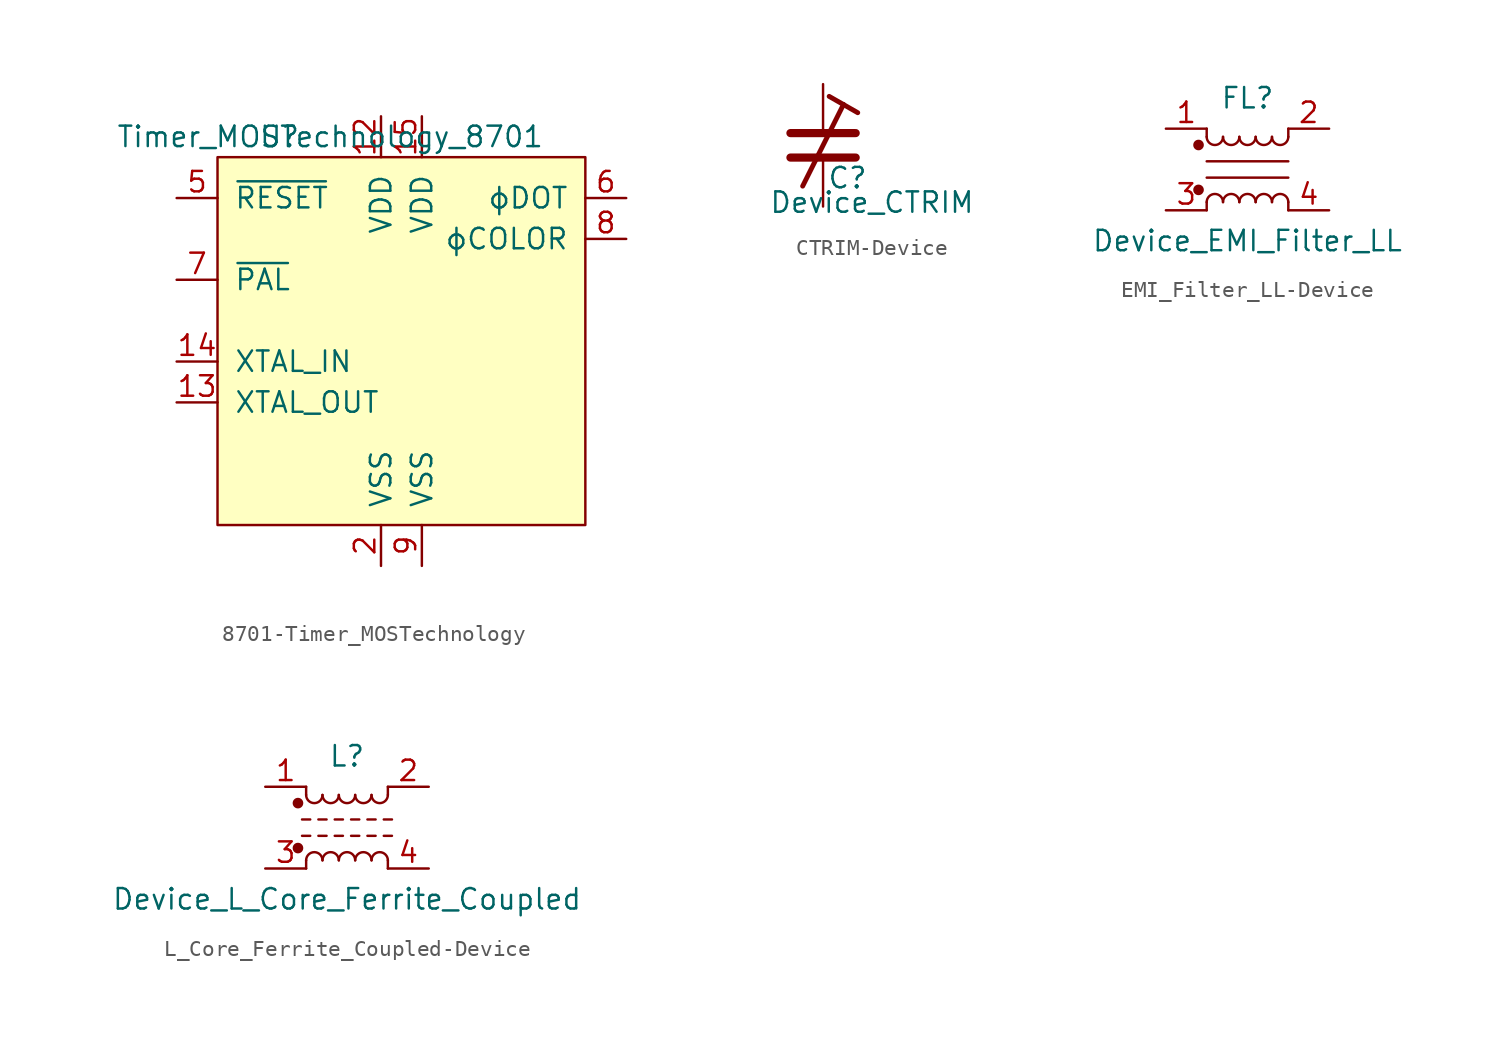
<source format=kicad_sym>
(kicad_symbol_lib
  (version 20231120)
  (generator "kicad_symbol_editor")
  (generator_version "8.0")
  (symbol "8701-Timer_MOSTechnology"
    (pin_names
      (offset 1.016))
    (property "Reference" "U"
      (at -8.89 12.7 0)
      (effects (font (size 1.27 1.27)) (justify left)))
    (property "Value" "Timer_MOSTechnology_8701"
      (at 8.89 12.7 0)
      (effects (font (size 1.27 1.27)) (justify right)))
    (symbol "8701-Timer_MOSTechnology_0_1"
      (rectangle (start 11.43 11.43) (end -11.43 -11.43) (stroke (width 0) (type solid)) (fill (type background))))
    (symbol "8701-Timer_MOSTechnology_1_1"
      (pin no_connect line (at 13.97 3.81 180) (length 2.54) hide (name "NC" (effects (font (size 1.27 1.27)))) (number "1" (effects (font (size 1.27 1.27)))))
      (pin no_connect line (at 13.97 -3.81 180) (length 2.54) hide (name "NC" (effects (font (size 1.27 1.27)))) (number "10" (effects (font (size 1.27 1.27)))))
      (pin no_connect line (at 13.97 -6.35 180) (length 2.54) hide (name "NC" (effects (font (size 1.27 1.27)))) (number "11" (effects (font (size 1.27 1.27)))))
      (pin power_in line (at -1.27 13.97 270) (length 2.54) (name "VDD" (effects (font (size 1.27 1.27)))) (number "12" (effects (font (size 1.27 1.27)))))
      (pin passive line (at -13.97 -3.81 0) (length 2.54) (name "XTAL_OUT" (effects (font (size 1.27 1.27)))) (number "13" (effects (font (size 1.27 1.27)))))
      (pin passive line (at -13.97 -1.27 0) (length 2.54) (name "XTAL_IN" (effects (font (size 1.27 1.27)))) (number "14" (effects (font (size 1.27 1.27)))))
      (pin power_in line (at 1.27 13.97 270) (length 2.54) (name "VDD" (effects (font (size 1.27 1.27)))) (number "15" (effects (font (size 1.27 1.27)))))
      (pin no_connect line (at 13.97 -8.89 180) (length 2.54) hide (name "NC" (effects (font (size 1.27 1.27)))) (number "16" (effects (font (size 1.27 1.27)))))
      (pin power_in line (at -1.27 -13.97 90) (length 2.54) (name "VSS" (effects (font (size 1.27 1.27)))) (number "2" (effects (font (size 1.27 1.27)))))
      (pin no_connect line (at 13.97 1.27 180) (length 2.54) hide (name "NC" (effects (font (size 1.27 1.27)))) (number "3" (effects (font (size 1.27 1.27)))))
      (pin no_connect line (at 13.97 -1.27 180) (length 2.54) hide (name "NC" (effects (font (size 1.27 1.27)))) (number "4" (effects (font (size 1.27 1.27)))))
      (pin input line (at -13.97 8.89 0) (length 2.54) (name "~{RESET}" (effects (font (size 1.27 1.27)))) (number "5" (effects (font (size 1.27 1.27)))))
      (pin output line (at 13.97 8.89 180) (length 2.54) (name "ϕDOT" (effects (font (size 1.27 1.27)))) (number "6" (effects (font (size 1.27 1.27)))))
      (pin input line (at -13.97 3.81 0) (length 2.54) (name "~{PAL}" (effects (font (size 1.27 1.27)))) (number "7" (effects (font (size 1.27 1.27)))))
      (pin output line (at 13.97 6.35 180) (length 2.54) (name "ϕCOLOR" (effects (font (size 1.27 1.27)))) (number "8" (effects (font (size 1.27 1.27)))))
      (pin power_in line (at 1.27 -13.97 90) (length 2.54) (name "VSS" (effects (font (size 1.27 1.27)))) (number "9" (effects (font (size 1.27 1.27)))))))
  (symbol "CTRIM-Device"
    (pin_numbers hide)
    (pin_names
      (offset 0.254) hide)
    (property "Reference" "C"
      (at 1.524 -2.032 0)
      (effects (font (size 1.27 1.27))))
    (property "Value" "Device_CTRIM"
      (at 3.048 -3.556 0)
      (effects (font (size 1.27 1.27))))
    (symbol "CTRIM-Device_0_1"
      (polyline (pts (xy -2.032 -0.762) (xy 2.032 -0.762)) (stroke (width 0.508) (type solid)) (fill (type none)))
      (polyline (pts (xy -2.032 0.762) (xy 2.032 0.762)) (stroke (width 0.508) (type solid)) (fill (type none)))
      (polyline (pts (xy 1.27 2.54) (xy -1.27 -2.54)) (stroke (width 0.305) (type solid)) (fill (type none)))
      (polyline (pts (xy 1.27 2.54) (xy 0.381 3.048)) (stroke (width 0.305) (type solid)) (fill (type none)))
      (polyline (pts (xy 1.27 2.54) (xy 2.159 2.032)) (stroke (width 0.305) (type solid)) (fill (type none))))
    (symbol "CTRIM-Device_1_1"
      (pin passive line (at 0 3.81 270) (length 3.048) (name "~" (effects (font (size 1.27 1.27)))) (number "1" (effects (font (size 1.27 1.27)))))
      (pin passive line (at 0 -3.81 90) (length 3.048) (name "~" (effects (font (size 1.27 1.27)))) (number "2" (effects (font (size 1.27 1.27)))))))
  (symbol "EMI_Filter_LL-Device"
    (pin_names
      (offset 0.254) hide)
    (property "Reference" "FL"
      (at 0 4.445 0)
      (effects (font (size 1.27 1.27))))
    (property "Value" "Device_EMI_Filter_LL"
      (at 0 -4.445 0)
      (effects (font (size 1.27 1.27))))
    (symbol "EMI_Filter_LL-Device_0_1"
      (circle (center -3.048 -1.27) (radius 0.254) (stroke (width 0) (type solid)) (fill (type outline)))
      (circle (center -3.048 1.524) (radius 0.254) (stroke (width 0) (type solid)) (fill (type outline)))
      (arc (start -2.54 2.032) (mid -2.032 1.524) (end -1.524 2.032) (stroke (width 0) (type solid)) (fill (type none)))
      (arc (start -1.524 -2.032) (mid -2.032 -1.524) (end -2.54 -2.032) (stroke (width 0) (type solid)) (fill (type none)))
      (arc (start -1.524 2.032) (mid -1.016 1.524) (end -0.508 2.032) (stroke (width 0) (type solid)) (fill (type none)))
      (arc (start -0.508 -2.032) (mid -1.016 -1.524) (end -1.524 -2.032) (stroke (width 0) (type solid)) (fill (type none)))
      (arc (start -0.508 2.032) (mid 0 1.524) (end 0.508 2.032) (stroke (width 0) (type solid)) (fill (type none)))
      (polyline (pts (xy -2.54 -2.032) (xy -2.54 -2.54)) (stroke (width 0) (type solid)) (fill (type none)))
      (polyline (pts (xy -2.54 0.508) (xy 2.54 0.508)) (stroke (width 0) (type solid)) (fill (type none)))
      (polyline (pts (xy -2.54 2.032) (xy -2.54 2.54)) (stroke (width 0) (type solid)) (fill (type none)))
      (polyline (pts (xy 2.54 -2.032) (xy 2.54 -2.54)) (stroke (width 0) (type solid)) (fill (type none)))
      (polyline (pts (xy 2.54 -0.508) (xy -2.54 -0.508)) (stroke (width 0) (type solid)) (fill (type none)))
      (polyline (pts (xy 2.54 2.54) (xy 2.54 2.032)) (stroke (width 0) (type solid)) (fill (type none)))
      (arc (start 0.508 -2.032) (mid 0 -1.524) (end -0.508 -2.032) (stroke (width 0) (type solid)) (fill (type none)))
      (arc (start 0.508 2.032) (mid 1.016 1.524) (end 1.524 2.032) (stroke (width 0) (type solid)) (fill (type none)))
      (arc (start 1.524 -2.032) (mid 1.016 -1.524) (end 0.508 -2.032) (stroke (width 0) (type solid)) (fill (type none)))
      (arc (start 1.524 2.032) (mid 2.032 1.524) (end 2.54 2.032) (stroke (width 0) (type solid)) (fill (type none)))
      (arc (start 2.54 -2.032) (mid 2.032 -1.524) (end 1.524 -2.032) (stroke (width 0) (type solid)) (fill (type none))))
    (symbol "EMI_Filter_LL-Device_1_1"
      (pin passive line (at -5.08 2.54 0) (length 2.54) (name "1" (effects (font (size 1.27 1.27)))) (number "1" (effects (font (size 1.27 1.27)))))
      (pin passive line (at 5.08 2.54 180) (length 2.54) (name "2" (effects (font (size 1.27 1.27)))) (number "2" (effects (font (size 1.27 1.27)))))
      (pin passive line (at -5.08 -2.54 0) (length 2.54) (name "3" (effects (font (size 1.27 1.27)))) (number "3" (effects (font (size 1.27 1.27)))))
      (pin passive line (at 5.08 -2.54 180) (length 2.54) (name "4" (effects (font (size 1.27 1.27)))) (number "4" (effects (font (size 1.27 1.27)))))))
  (symbol "L_Core_Ferrite_Coupled-Device"
    (pin_names
      (offset 0.254) hide)
    (property "Reference" "L"
      (at 0 4.445 0)
      (effects (font (size 1.27 1.27))))
    (property "Value" "Device_L_Core_Ferrite_Coupled"
      (at 0 -4.445 0)
      (effects (font (size 1.27 1.27))))
    (symbol "L_Core_Ferrite_Coupled-Device_0_1"
      (circle (center -3.048 -1.27) (radius 0.254) (stroke (width 0) (type solid)) (fill (type outline)))
      (circle (center -3.048 1.524) (radius 0.254) (stroke (width 0) (type solid)) (fill (type outline)))
      (arc (start -2.54 2.032) (mid -2.032 1.524) (end -1.524 2.032) (stroke (width 0) (type solid)) (fill (type none)))
      (arc (start -1.524 -2.032) (mid -2.032 -1.524) (end -2.54 -2.032) (stroke (width 0) (type solid)) (fill (type none)))
      (arc (start -1.524 2.032) (mid -1.016 1.524) (end -0.508 2.032) (stroke (width 0) (type solid)) (fill (type none)))
      (arc (start -0.508 -2.032) (mid -1.016 -1.524) (end -1.524 -2.032) (stroke (width 0) (type solid)) (fill (type none)))
      (arc (start -0.508 2.032) (mid 0 1.524) (end 0.508 2.032) (stroke (width 0) (type solid)) (fill (type none)))
      (polyline (pts (xy -2.794 -0.508) (xy -2.286 -0.508)) (stroke (width 0) (type solid)) (fill (type none)))
      (polyline (pts (xy -2.794 0.508) (xy -2.286 0.508)) (stroke (width 0) (type solid)) (fill (type none)))
      (polyline (pts (xy -2.54 -2.032) (xy -2.54 -2.54)) (stroke (width 0) (type solid)) (fill (type none)))
      (polyline (pts (xy -2.54 2.032) (xy -2.54 2.54)) (stroke (width 0) (type solid)) (fill (type none)))
      (polyline (pts (xy -1.778 -0.508) (xy -1.27 -0.508)) (stroke (width 0) (type solid)) (fill (type none)))
      (polyline (pts (xy -1.778 0.508) (xy -1.27 0.508)) (stroke (width 0) (type solid)) (fill (type none)))
      (polyline (pts (xy -0.762 -0.508) (xy -0.254 -0.508)) (stroke (width 0) (type solid)) (fill (type none)))
      (polyline (pts (xy -0.762 0.508) (xy -0.254 0.508)) (stroke (width 0) (type solid)) (fill (type none)))
      (polyline (pts (xy 0.254 -0.508) (xy 0.762 -0.508)) (stroke (width 0) (type solid)) (fill (type none)))
      (polyline (pts (xy 0.254 0.508) (xy 0.762 0.508)) (stroke (width 0) (type solid)) (fill (type none)))
      (polyline (pts (xy 1.27 -0.508) (xy 1.778 -0.508)) (stroke (width 0) (type solid)) (fill (type none)))
      (polyline (pts (xy 1.27 0.508) (xy 1.778 0.508)) (stroke (width 0) (type solid)) (fill (type none)))
      (polyline (pts (xy 2.286 -0.508) (xy 2.794 -0.508)) (stroke (width 0) (type solid)) (fill (type none)))
      (polyline (pts (xy 2.286 0.508) (xy 2.794 0.508)) (stroke (width 0) (type solid)) (fill (type none)))
      (polyline (pts (xy 2.54 -2.032) (xy 2.54 -2.54)) (stroke (width 0) (type solid)) (fill (type none)))
      (polyline (pts (xy 2.54 2.54) (xy 2.54 2.032)) (stroke (width 0) (type solid)) (fill (type none)))
      (arc (start 0.508 -2.032) (mid 0 -1.524) (end -0.508 -2.032) (stroke (width 0) (type solid)) (fill (type none)))
      (arc (start 0.508 2.032) (mid 1.016 1.524) (end 1.524 2.032) (stroke (width 0) (type solid)) (fill (type none)))
      (arc (start 1.524 -2.032) (mid 1.016 -1.524) (end 0.508 -2.032) (stroke (width 0) (type solid)) (fill (type none)))
      (arc (start 1.524 2.032) (mid 2.032 1.524) (end 2.54 2.032) (stroke (width 0) (type solid)) (fill (type none)))
      (arc (start 2.54 -2.032) (mid 2.032 -1.524) (end 1.524 -2.032) (stroke (width 0) (type solid)) (fill (type none))))
    (symbol "L_Core_Ferrite_Coupled-Device_1_1"
      (pin passive line (at -5.08 2.54 0) (length 2.54) (name "1" (effects (font (size 1.27 1.27)))) (number "1" (effects (font (size 1.27 1.27)))))
      (pin passive line (at 5.08 2.54 180) (length 2.54) (name "2" (effects (font (size 1.27 1.27)))) (number "2" (effects (font (size 1.27 1.27)))))
      (pin passive line (at -5.08 -2.54 0) (length 2.54) (name "3" (effects (font (size 1.27 1.27)))) (number "3" (effects (font (size 1.27 1.27)))))
      (pin passive line (at 5.08 -2.54 180) (length 2.54) (name "4" (effects (font (size 1.27 1.27)))) (number "4" (effects (font (size 1.27 1.27))))))))
</source>
